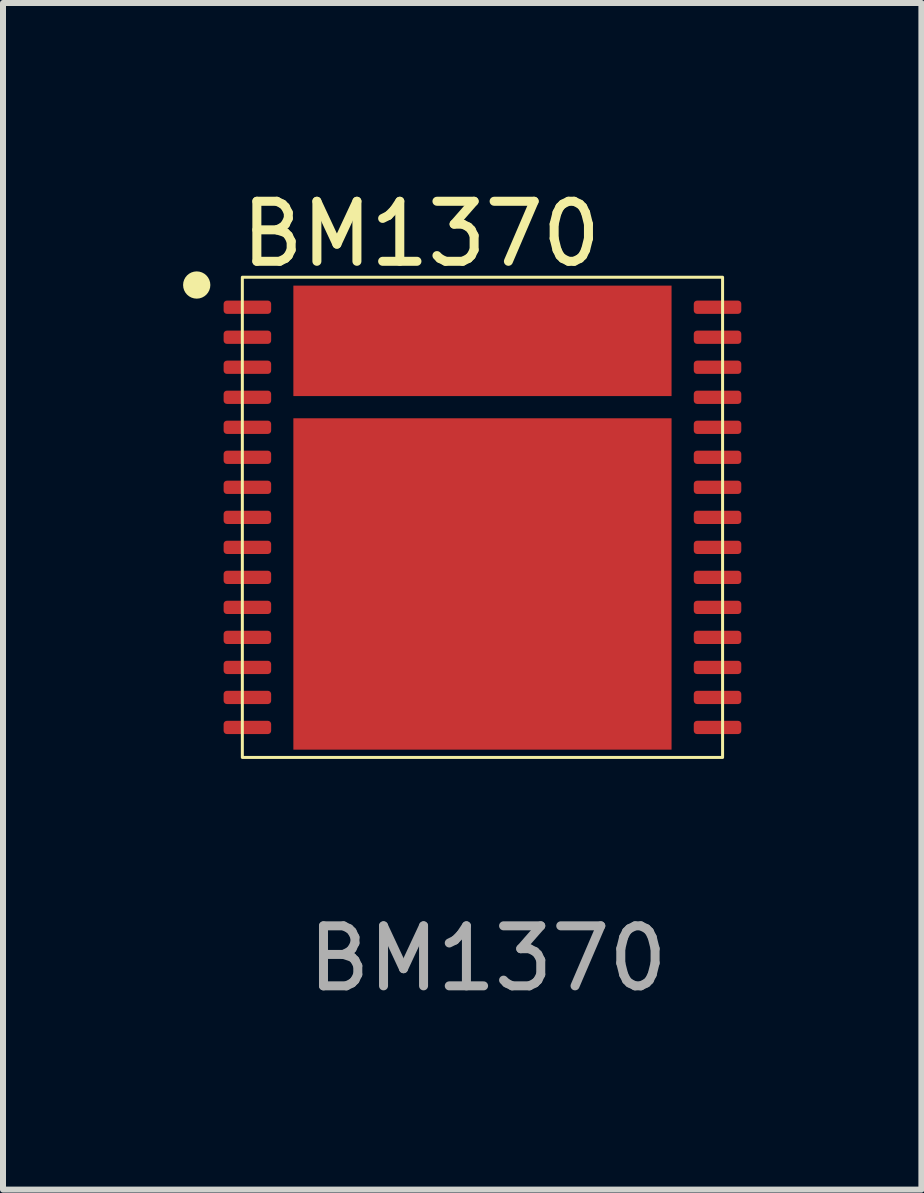
<source format=kicad_pcb>
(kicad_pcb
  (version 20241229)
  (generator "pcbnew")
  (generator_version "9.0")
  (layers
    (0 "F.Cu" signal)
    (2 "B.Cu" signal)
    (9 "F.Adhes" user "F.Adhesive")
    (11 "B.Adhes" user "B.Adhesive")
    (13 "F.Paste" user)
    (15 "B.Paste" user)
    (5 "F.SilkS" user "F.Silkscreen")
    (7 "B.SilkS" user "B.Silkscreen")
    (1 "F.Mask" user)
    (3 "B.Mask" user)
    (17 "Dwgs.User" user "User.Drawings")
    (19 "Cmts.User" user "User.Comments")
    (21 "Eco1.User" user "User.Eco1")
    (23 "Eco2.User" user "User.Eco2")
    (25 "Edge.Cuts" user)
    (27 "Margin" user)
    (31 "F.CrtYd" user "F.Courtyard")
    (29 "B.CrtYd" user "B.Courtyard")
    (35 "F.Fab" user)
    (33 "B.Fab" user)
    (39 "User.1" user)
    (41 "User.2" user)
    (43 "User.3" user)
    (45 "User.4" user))
  (footprint "BM1370"
    (layer "F.Cu")
    (at 4.987 5.568)
    (property "Reference" "BM1370" (at -1.02 -4.72 0) (unlocked yes) (layer "F.SilkS") (effects (font (size 1 1) (thickness 0.15))))
    (attr smd)
    (fp_rect (start -1.33 1.825) (end -3.085 0.385) (stroke (width 0.12) (type solid)) (fill yes) (layer "F.Mask"))
    (fp_rect (start -1.325 3.79) (end -3.08 2.35) (stroke (width 0.12) (type solid)) (fill yes) (layer "F.Mask"))
    (fp_rect (start -1.323 -2.09) (end -3.078 -3.795) (stroke (width 0.12) (type solid)) (fill yes) (layer "F.Mask"))
    (fp_rect (start -1.32 -0.135) (end -3.075 -1.575) (stroke (width 0.12) (type solid)) (fill yes) (layer "F.Mask"))
    (fp_rect (start 0.88 -2.09) (end -0.9 -3.79) (stroke (width 0.12) (type solid)) (fill yes) (layer "F.Mask"))
    (fp_rect (start 0.88 1.815) (end -0.9 0.375) (stroke (width 0.12) (type solid)) (fill yes) (layer "F.Mask"))
    (fp_rect (start 0.89 -0.135) (end -0.89 -1.575) (stroke (width 0.12) (type solid)) (fill yes) (layer "F.Mask"))
    (fp_rect (start 0.89 3.79) (end -0.89 2.35) (stroke (width 0.12) (type solid)) (fill yes) (layer "F.Mask"))
    (fp_rect (start 3.062 -2.095) (end 1.308 -3.79) (stroke (width 0.12) (type solid)) (fill yes) (layer "F.Mask"))
    (fp_rect (start 3.065 1.815) (end 1.31 0.375) (stroke (width 0.12) (type solid)) (fill yes) (layer "F.Mask"))
    (fp_rect (start 3.075 3.79) (end 1.32 2.35) (stroke (width 0.12) (type solid)) (fill yes) (layer "F.Mask"))
    (fp_rect (start 3.078 -0.135) (end 1.323 -1.575) (stroke (width 0.12) (type solid)) (fill yes) (layer "F.Mask"))
    (fp_rect (start 4 4) (end -4 -4) (stroke (width 0.05) (type default)) (fill no) (layer "F.SilkS"))
    (fp_circle (center -4.76 -3.87) (end -4.558 -3.87) (stroke (width 0.05) (type solid)) (fill yes) (layer "F.SilkS"))
    (fp_rect (start -1.627 -2.42) (end -2.828 -3.54) (stroke (width 0.001) (type solid)) (fill yes) (layer "F.Paste"))
    (fp_rect (start -1.625 -0.4) (end -2.825 -1.35) (stroke (width 0.001) (type solid)) (fill yes) (layer "F.Paste"))
    (fp_rect (start -1.625 1.575) (end -2.825 0.625) (stroke (width 0.001) (type solid)) (fill yes) (layer "F.Paste"))
    (fp_rect (start -1.625 3.55) (end -2.825 2.6) (stroke (width 0.001) (type solid)) (fill yes) (layer "F.Paste"))
    (fp_rect (start 0.64 1.58) (end -0.56 0.63) (stroke (width 0.001) (type solid)) (fill yes) (layer "F.Paste"))
    (fp_rect (start 0.65 -2.415) (end -0.55 -3.525) (stroke (width 0.001) (type solid)) (fill yes) (layer "F.Paste"))
    (fp_rect (start 0.65 -0.4) (end -0.55 -1.35) (stroke (width 0.001) (type solid)) (fill yes) (layer "F.Paste"))
    (fp_rect (start 0.65 3.55) (end -0.55 2.6) (stroke (width 0.001) (type solid)) (fill yes) (layer "F.Paste"))
    (fp_rect (start 2.79 1.58) (end 1.59 0.63) (stroke (width 0.001) (type solid)) (fill yes) (layer "F.Paste"))
    (fp_rect (start 2.797 -2.42) (end 1.597 -3.53) (stroke (width 0.001) (type solid)) (fill yes) (layer "F.Paste"))
    (fp_rect (start 2.8 -0.4) (end 1.6 -1.35) (stroke (width 0.001) (type solid)) (fill yes) (layer "F.Paste"))
    (fp_rect (start 2.8 3.55) (end 1.6 2.6) (stroke (width 0.001) (type solid)) (fill yes) (layer "F.Paste"))
    (fp_text user "${REFERENCE}" (at 0.09 7.35 0) (unlocked yes) (layer "F.Fab") (effects (font (size 1 1) (thickness 0.15))))
    (pad "1" smd roundrect (at -3.916 -3.5) (size 0.792 0.221) (layers "F.Cu" "F.Mask" "F.Paste") (roundrect_rratio 0.25))
    (pad "2" smd roundrect (at -3.916 -3) (size 0.792 0.221) (layers "F.Cu" "F.Mask" "F.Paste") (roundrect_rratio 0.25))
    (pad "3" smd roundrect (at -3.916 -2.5) (size 0.792 0.221) (layers "F.Cu" "F.Mask" "F.Paste") (roundrect_rratio 0.25))
    (pad "4" smd roundrect (at -3.916 -2) (size 0.792 0.221) (layers "F.Cu" "F.Mask" "F.Paste") (roundrect_rratio 0.25))
    (pad "5" smd roundrect (at -3.916 -1.5) (size 0.792 0.221) (layers "F.Cu" "F.Mask" "F.Paste") (roundrect_rratio 0.25))
    (pad "6" smd roundrect (at -3.916 -1) (size 0.792 0.221) (layers "F.Cu" "F.Mask" "F.Paste") (roundrect_rratio 0.25))
    (pad "7" smd roundrect (at -3.916 -0.5) (size 0.792 0.221) (layers "F.Cu" "F.Mask" "F.Paste") (roundrect_rratio 0.25))
    (pad "8" smd roundrect (at -3.916 0) (size 0.792 0.221) (layers "F.Cu" "F.Mask" "F.Paste") (roundrect_rratio 0.25))
    (pad "9" smd roundrect (at -3.916 0.5) (size 0.792 0.221) (layers "F.Cu" "F.Mask" "F.Paste") (roundrect_rratio 0.25))
    (pad "10" smd roundrect (at -3.916 1) (size 0.792 0.221) (layers "F.Cu" "F.Mask" "F.Paste") (roundrect_rratio 0.25))
    (pad "11" smd roundrect (at -3.916 1.5) (size 0.792 0.221) (layers "F.Cu" "F.Mask" "F.Paste") (roundrect_rratio 0.25))
    (pad "12" smd roundrect (at -3.916 2) (size 0.792 0.221) (layers "F.Cu" "F.Mask" "F.Paste") (roundrect_rratio 0.25))
    (pad "13" smd roundrect (at -3.916 2.5) (size 0.792 0.221) (layers "F.Cu" "F.Mask" "F.Paste") (roundrect_rratio 0.25))
    (pad "14" smd roundrect (at -3.916 3) (size 0.792 0.221) (layers "F.Cu" "F.Mask" "F.Paste") (roundrect_rratio 0.25))
    (pad "15" smd roundrect (at -3.916 3.5) (size 0.792 0.221) (layers "F.Cu" "F.Mask" "F.Paste") (roundrect_rratio 0.25))
    (pad "16" smd roundrect (at 3.916 3.5) (size 0.792 0.221) (layers "F.Cu" "F.Mask" "F.Paste") (roundrect_rratio 0.25))
    (pad "17" smd roundrect (at 3.916 3) (size 0.792 0.221) (layers "F.Cu" "F.Mask" "F.Paste") (roundrect_rratio 0.25))
    (pad "18" smd roundrect (at 3.916 2.5) (size 0.792 0.221) (layers "F.Cu" "F.Mask" "F.Paste") (roundrect_rratio 0.25))
    (pad "19" smd roundrect (at 3.916 2) (size 0.792 0.221) (layers "F.Cu" "F.Mask" "F.Paste") (roundrect_rratio 0.25))
    (pad "20" smd roundrect (at 3.916 1.5) (size 0.792 0.221) (layers "F.Cu" "F.Mask" "F.Paste") (roundrect_rratio 0.25))
    (pad "21" smd roundrect (at 3.916 1) (size 0.792 0.221) (layers "F.Cu" "F.Mask" "F.Paste") (roundrect_rratio 0.25))
    (pad "22" smd roundrect (at 3.916 0.5) (size 0.792 0.221) (layers "F.Cu" "F.Mask" "F.Paste") (roundrect_rratio 0.25))
    (pad "23" smd roundrect (at 3.916 0) (size 0.792 0.221) (layers "F.Cu" "F.Mask" "F.Paste") (roundrect_rratio 0.25))
    (pad "24" smd roundrect (at 3.916 -0.5) (size 0.792 0.221) (layers "F.Cu" "F.Mask" "F.Paste") (roundrect_rratio 0.25))
    (pad "25" smd roundrect (at 3.916 -1) (size 0.792 0.221) (layers "F.Cu" "F.Mask" "F.Paste") (roundrect_rratio 0.25))
    (pad "26" smd roundrect (at 3.916 -1.5) (size 0.792 0.221) (layers "F.Cu" "F.Mask" "F.Paste") (roundrect_rratio 0.25))
    (pad "27" smd roundrect (at 3.916 -2) (size 0.792 0.221) (layers "F.Cu" "F.Mask" "F.Paste") (roundrect_rratio 0.25))
    (pad "28" smd roundrect (at 3.916 -2.5) (size 0.792 0.221) (layers "F.Cu" "F.Mask" "F.Paste") (roundrect_rratio 0.25))
    (pad "29" smd roundrect (at 3.916 -3) (size 0.792 0.221) (layers "F.Cu" "F.Mask" "F.Paste") (roundrect_rratio 0.25))
    (pad "30" smd roundrect (at 3.916 -3.5) (size 0.792 0.221) (layers "F.Cu" "F.Mask" "F.Paste") (roundrect_rratio 0.25))
    (pad "31" smd rect (at 0 -2.94) (size 6.3 1.84) (layers "F.Cu"))
    (pad "32" smd rect (at 0 1.11) (size 6.3 5.52) (layers "F.Cu")))
  (gr_rect
    (start -3 -3)
    (end 12.299 16.767)
    (stroke (width 0.1) (type default))
    (fill no)
    (layer "Edge.Cuts")))
</source>
